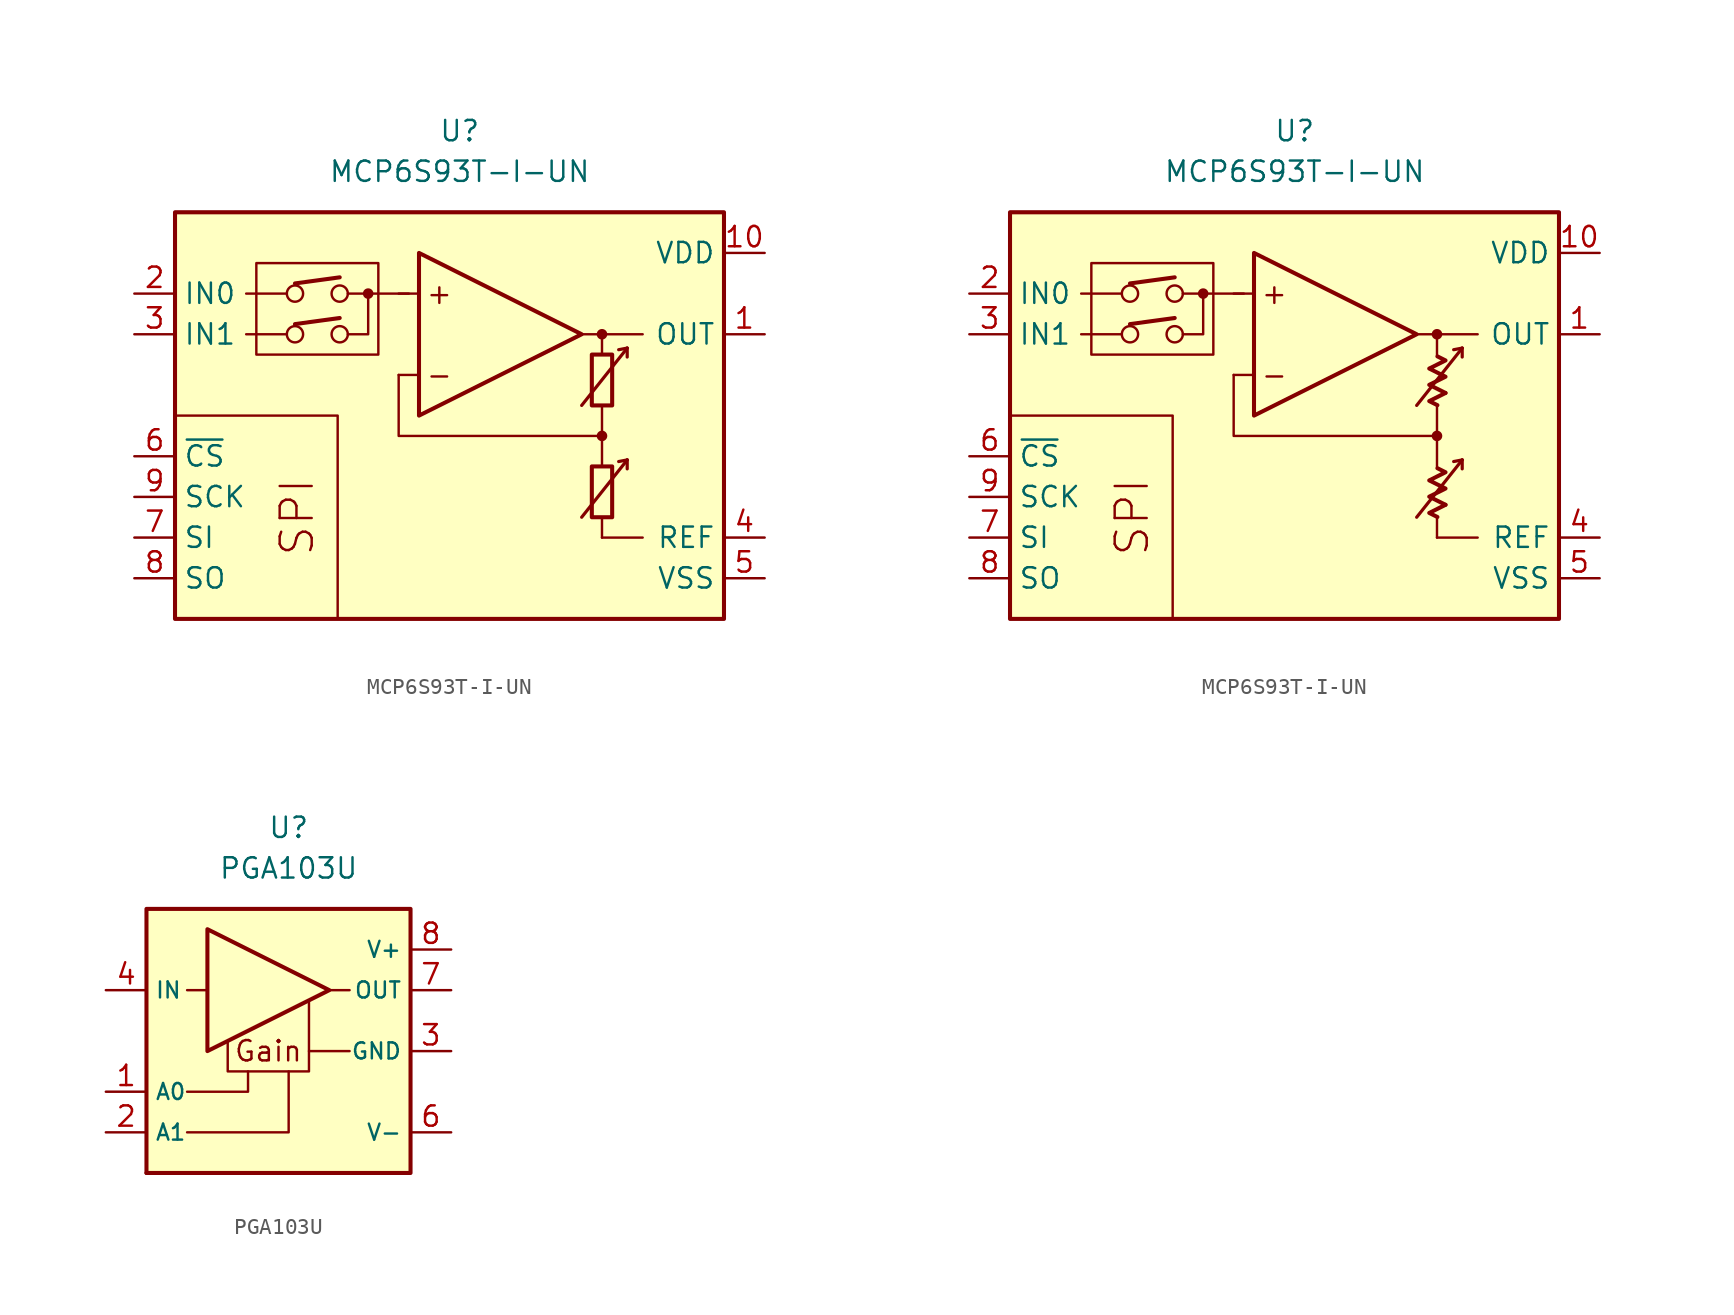
<source format=kicad_sym>
(kicad_symbol_lib
  (version 20231120)
  (generator "kicad_symbol_editor")
  (generator_version "8.0")
  (symbol "MCP6S93T-I-UN"
    (property "Reference" "U"
      (at 0 17.78 0)
      (effects (font (size 1.27 1.27))))
    (property "Value" "MCP6S93T-I-UN"
      (at 0 15.24 0)
      (effects (font (size 1.27 1.27))))
    (symbol "MCP6S93T-I-UN_0_0"
      (rectangle (start -17.78 12.7) (end 16.51 -12.7) (stroke (width 0.254) (type default)) (fill (type background)))
      (rectangle (start -12.7 9.525) (end -5.08 3.81) (stroke (width 0.152) (type default)) (fill (type none)))
      (circle (center -10.287 5.08) (radius 0.508) (stroke (width 0) (type default)) (fill (type none)))
      (circle (center -10.287 7.62) (radius 0.508) (stroke (width 0) (type default)) (fill (type none)))
      (circle (center -7.493 5.08) (radius 0.508) (stroke (width 0) (type default)) (fill (type none)))
      (circle (center -7.493 7.62) (radius 0.508) (stroke (width 0) (type default)) (fill (type none)))
      (circle (center -5.715 7.62) (radius 0.254) (stroke (width 0.152) (type default)) (fill (type outline)))
      (polyline (pts (xy 8.89 -3.81)) (stroke (width 0.152) (type default)) (fill (type none)))
      (polyline (pts (xy 8.89 -3.81)) (stroke (width 0.152) (type default)) (fill (type none)))
      (polyline (pts (xy 8.89 -3.175)) (stroke (width 0.152) (type default)) (fill (type none)))
      (polyline (pts (xy 8.89 3.175)) (stroke (width 0.152) (type default)) (fill (type none)))
      (polyline (pts (xy 8.89 3.81)) (stroke (width 0.152) (type default)) (fill (type none)))
      (polyline (pts (xy 8.89 3.81)) (stroke (width 0.152) (type default)) (fill (type none)))
      (polyline (pts (xy -10.795 5.08) (xy -13.335 5.08)) (stroke (width 0.152) (type default)) (fill (type none)))
      (polyline (pts (xy -10.795 7.62) (xy -13.335 7.62)) (stroke (width 0.152) (type default)) (fill (type none)))
      (polyline (pts (xy -10.287 5.715) (xy -7.493 6.096)) (stroke (width 0.254) (type default)) (fill (type none)))
      (polyline (pts (xy -10.287 8.255) (xy -7.493 8.636)) (stroke (width 0.254) (type default)) (fill (type none)))
      (polyline (pts (xy -3.175 7.62) (xy -6.985 7.62)) (stroke (width 0.152) (type default)) (fill (type none)))
      (polyline (pts (xy -2.54 2.54) (xy -3.81 2.54)) (stroke (width 0.152) (type default)) (fill (type none)))
      (polyline (pts (xy -2.54 7.62) (xy -3.81 7.62)) (stroke (width 0.152) (type default)) (fill (type none)))
      (polyline (pts (xy 7.62 5.08) (xy 11.43 5.08)) (stroke (width 0.152) (type default)) (fill (type none)))
      (polyline (pts (xy 8.89 -6.35) (xy 8.89 -7.62)) (stroke (width 0.152) (type default)) (fill (type none)))
      (polyline (pts (xy 8.89 -1.27) (xy 8.89 -3.175)) (stroke (width 0.152) (type default)) (fill (type none)))
      (polyline (pts (xy 8.89 0.635) (xy 8.89 -1.27)) (stroke (width 0.152) (type default)) (fill (type none)))
      (polyline (pts (xy 8.89 5.08) (xy 8.89 3.81)) (stroke (width 0.152) (type default)) (fill (type none)))
      (polyline (pts (xy -7.62 -12.7) (xy -7.62 0) (xy -17.78 0)) (stroke (width 0.152) (type default)) (fill (type none)))
      (polyline (pts (xy -6.985 5.08) (xy -5.715 5.08) (xy -5.715 7.62)) (stroke (width 0.152) (type default)) (fill (type none)))
      (polyline (pts (xy 8.89 -1.27) (xy -3.81 -1.27) (xy -3.81 2.54)) (stroke (width 0.152) (type default)) (fill (type none)))
      (circle (center 8.89 -1.27) (radius 0.254) (stroke (width 0.152) (type default)) (fill (type outline)))
      (circle (center 8.89 5.08) (radius 0.254) (stroke (width 0.152) (type default)) (fill (type outline)))
      (text "+" (at -1.27 7.62 0) (effects (font (size 1.27 1.27))))
      (text "-" (at -1.27 2.54 0) (effects (font (size 1.27 1.27))))
      (text "SPI" (at -10.16 -6.35 900) (effects (font (size 2 2)))))
    (symbol "MCP6S93T-I-UN_0_1"
      (rectangle (start 8.255 -3.175) (end 9.525 -6.35) (stroke (width 0.254) (type default)) (fill (type none)))
      (rectangle (start 8.255 3.81) (end 9.525 0.635) (stroke (width 0.254) (type default)) (fill (type none))))
    (symbol "MCP6S93T-I-UN_0_2"
      (polyline (pts (xy 9.422 -5.572) (xy 8.406 -6.08) (xy 8.915 -6.333)) (stroke (width 0.254) (type default)) (fill (type none)))
      (polyline (pts (xy 9.422 1.413) (xy 8.406 0.905) (xy 8.915 0.651)) (stroke (width 0.254) (type default)) (fill (type none)))
      (polyline (pts (xy 8.915 -3.285) (xy 9.422 -3.539) (xy 8.406 -4.048) (xy 9.422 -4.556) (xy 8.406 -5.064) (xy 9.422 -5.572)) (stroke (width 0.254) (type default)) (fill (type none)))
      (polyline (pts (xy 8.915 3.7) (xy 9.422 3.446) (xy 8.406 2.938) (xy 9.422 2.429) (xy 8.406 1.921) (xy 9.422 1.413)) (stroke (width 0.254) (type default)) (fill (type none))))
    (symbol "MCP6S93T-I-UN_1_0"
      (polyline (pts (xy 8.89 -7.62) (xy 11.43 -7.62)) (stroke (width 0.152) (type default)) (fill (type none)))
      (polyline (pts (xy 10.465 -2.769) (xy 9.931 -2.87)) (stroke (width 0.2) (type default)) (fill (type none)))
      (polyline (pts (xy 10.465 -2.769) (xy 10.465 -3.327)) (stroke (width 0.2) (type default)) (fill (type none)))
      (polyline (pts (xy 10.465 4.216) (xy 9.931 4.115)) (stroke (width 0.2) (type default)) (fill (type none)))
      (polyline (pts (xy 10.465 4.216) (xy 10.465 3.658)) (stroke (width 0.2) (type default)) (fill (type none)))
      (polyline (pts (xy -2.54 10.16) (xy -2.54 0) (xy 7.62 5.08) (xy -2.54 10.16)) (stroke (width 0.254) (type default)) (fill (type background)))
      (polyline (pts (xy 7.62 -6.35) (xy 10.465 -2.769) (xy 10.465 -2.769) (xy 10.465 -2.769)) (stroke (width 0.2) (type default)) (fill (type none)))
      (polyline (pts (xy 7.62 0.635) (xy 10.465 4.216) (xy 10.465 4.216) (xy 10.465 4.216)) (stroke (width 0.2) (type default)) (fill (type none))))
    (symbol "MCP6S93T-I-UN_1_1"
      (pin output line (at 19.05 5.08 180) (length 2.54) (name "OUT" (effects (font (size 1.27 1.27)))) (number "1" (effects (font (size 1.27 1.27)))))
      (pin power_in line (at 19.05 10.16 180) (length 2.54) (name "VDD" (effects (font (size 1.27 1.27)))) (number "10" (effects (font (size 1.27 1.27)))))
      (pin input line (at -20.32 7.62 0) (length 2.54) (name "IN0" (effects (font (size 1.27 1.27)))) (number "2" (effects (font (size 1.27 1.27)))))
      (pin input line (at -20.32 5.08 0) (length 2.54) (name "IN1" (effects (font (size 1.27 1.27)))) (number "3" (effects (font (size 1.27 1.27)))))
      (pin passive line (at 19.05 -7.62 180) (length 2.54) (name "REF" (effects (font (size 1.27 1.27)))) (number "4" (effects (font (size 1.27 1.27)))))
      (pin power_in line (at 19.05 -10.16 180) (length 2.54) (name "VSS" (effects (font (size 1.27 1.27)))) (number "5" (effects (font (size 1.27 1.27)))))
      (pin input line (at -20.32 -2.54 0) (length 2.54) (name "~{CS}" (effects (font (size 1.27 1.27)))) (number "6" (effects (font (size 1.27 1.27)))))
      (pin input line (at -20.32 -7.62 0) (length 2.54) (name "SI" (effects (font (size 1.27 1.27)))) (number "7" (effects (font (size 1.27 1.27)))))
      (pin input line (at -20.32 -10.16 0) (length 2.54) (name "SO" (effects (font (size 1.27 1.27)))) (number "8" (effects (font (size 1.27 1.27)))))
      (pin input line (at -20.32 -5.08 0) (length 2.54) (name "SCK" (effects (font (size 1.27 1.27)))) (number "9" (effects (font (size 1.27 1.27))))))
    (symbol "MCP6S93T-I-UN_1_2"
      (pin output line (at 19.05 5.08 180) (length 2.54) (name "OUT" (effects (font (size 1.27 1.27)))) (number "1" (effects (font (size 1.27 1.27)))))
      (pin power_in line (at 19.05 10.16 180) (length 2.54) (name "VDD" (effects (font (size 1.27 1.27)))) (number "10" (effects (font (size 1.27 1.27)))))
      (pin input line (at -20.32 7.62 0) (length 2.54) (name "IN0" (effects (font (size 1.27 1.27)))) (number "2" (effects (font (size 1.27 1.27)))))
      (pin input line (at -20.32 5.08 0) (length 2.54) (name "IN1" (effects (font (size 1.27 1.27)))) (number "3" (effects (font (size 1.27 1.27)))))
      (pin passive line (at 19.05 -7.62 180) (length 2.54) (name "REF" (effects (font (size 1.27 1.27)))) (number "4" (effects (font (size 1.27 1.27)))))
      (pin power_in line (at 19.05 -10.16 180) (length 2.54) (name "VSS" (effects (font (size 1.27 1.27)))) (number "5" (effects (font (size 1.27 1.27)))))
      (pin input line (at -20.32 -2.54 0) (length 2.54) (name "~{CS}" (effects (font (size 1.27 1.27)))) (number "6" (effects (font (size 1.27 1.27)))))
      (pin input line (at -20.32 -7.62 0) (length 2.54) (name "SI" (effects (font (size 1.27 1.27)))) (number "7" (effects (font (size 1.27 1.27)))))
      (pin input line (at -20.32 -10.16 0) (length 2.54) (name "SO" (effects (font (size 1.27 1.27)))) (number "8" (effects (font (size 1.27 1.27)))))
      (pin input line (at -20.32 -5.08 0) (length 2.54) (name "SCK" (effects (font (size 1.27 1.27)))) (number "9" (effects (font (size 1.27 1.27)))))))
  (symbol "PGA103U"
    (property "Reference" "U"
      (at 0 12.7 0)
      (effects (font (size 1.27 1.27))))
    (property "Value" "PGA103U"
      (at 0 10.16 0)
      (effects (font (size 1.27 1.27))))
    (symbol "PGA103U_0_0"
      (rectangle (start -8.89 -8.89) (end -8.89 -8.89) (stroke (width 0.254) (type default)) (fill (type background)))
      (polyline (pts (xy -5.08 2.54) (xy -6.35 2.54)) (stroke (width 0.152) (type default)) (fill (type none)))
      (polyline (pts (xy 1.27 -1.27) (xy 3.81 -1.27)) (stroke (width 0.152) (type default)) (fill (type none)))
      (polyline (pts (xy 2.54 2.54) (xy 3.81 2.54)) (stroke (width 0.152) (type default)) (fill (type none)))
      (polyline (pts (xy -2.54 -2.54) (xy -2.54 -3.81) (xy -6.35 -3.81)) (stroke (width 0.152) (type default)) (fill (type none)))
      (polyline (pts (xy 0 -2.54) (xy 0 -6.35) (xy -6.35 -6.35)) (stroke (width 0.152) (type default)) (fill (type none)))
      (rectangle (start 7.62 7.62) (end -8.89 -8.89) (stroke (width 0.254) (type default)) (fill (type background)))
      (text "Gain" (at -1.27 -1.27 0) (effects (font (size 1.27 1.27)))))
    (symbol "PGA103U_0_1"
      (polyline (pts (xy -5.08 6.35) (xy -5.08 -1.27) (xy 2.54 2.54) (xy -5.08 6.35)) (stroke (width 0.254) (type default)) (fill (type background)))
      (polyline (pts (xy -3.81 -0.635) (xy -3.81 -2.54) (xy 1.27 -2.54) (xy 1.27 1.905)) (stroke (width 0.152) (type default)) (fill (type none))))
    (symbol "PGA103U_1_1"
      (pin input line (at -11.43 -3.81 0) (length 2.54) (name "A0" (effects (font (size 1 1)))) (number "1" (effects (font (size 1.27 1.27)))))
      (pin input line (at -11.43 -6.35 0) (length 2.54) (name "A1" (effects (font (size 1 1)))) (number "2" (effects (font (size 1.27 1.27)))))
      (pin input line (at 10.16 -1.27 180) (length 2.54) (name "GND" (effects (font (size 1 1)))) (number "3" (effects (font (size 1.27 1.27)))))
      (pin input line (at -11.43 2.54 0) (length 2.54) (name "IN" (effects (font (size 1 1)))) (number "4" (effects (font (size 1.27 1.27)))))
      (pin free line (at 1.27 -7.62 0) (length 2.54) hide (name "NC" (effects (font (size 1.27 1.27)))) (number "5" (effects (font (size 1.27 1.27)))))
      (pin power_in line (at 10.16 -6.35 180) (length 2.54) (name "V-" (effects (font (size 1 1)))) (number "6" (effects (font (size 1.27 1.27)))))
      (pin output line (at 10.16 2.54 180) (length 2.54) (name "OUT" (effects (font (size 1 1)))) (number "7" (effects (font (size 1.27 1.27)))))
      (pin power_in line (at 10.16 5.08 180) (length 2.54) (name "V+" (effects (font (size 1 1)))) (number "8" (effects (font (size 1.27 1.27))))))))
</source>
